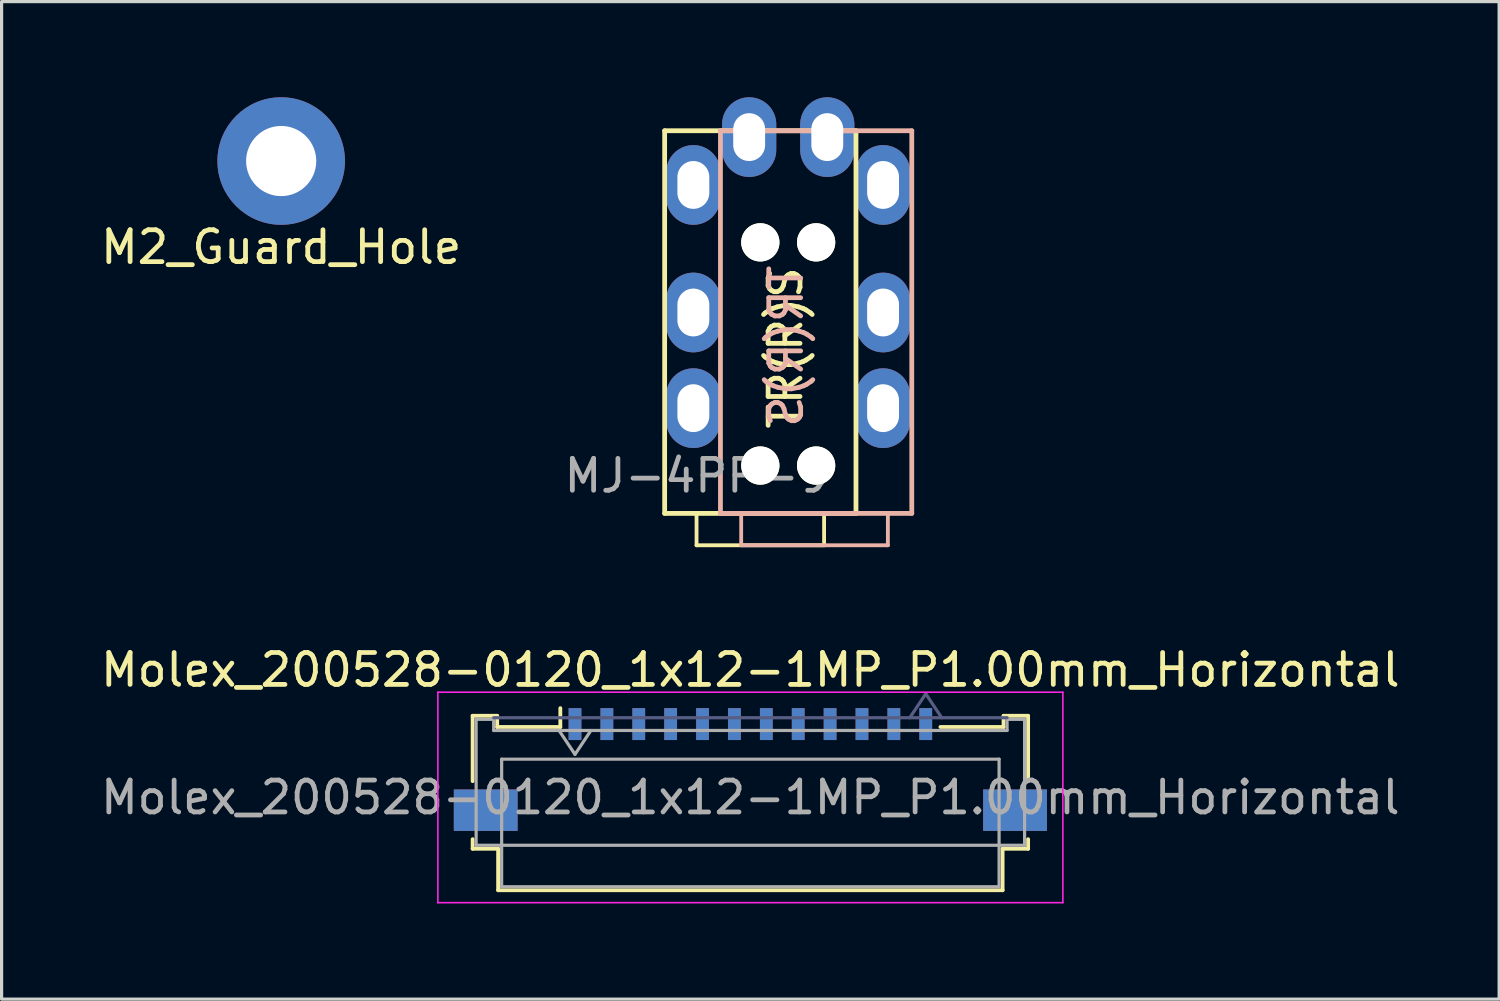
<source format=kicad_pcb>
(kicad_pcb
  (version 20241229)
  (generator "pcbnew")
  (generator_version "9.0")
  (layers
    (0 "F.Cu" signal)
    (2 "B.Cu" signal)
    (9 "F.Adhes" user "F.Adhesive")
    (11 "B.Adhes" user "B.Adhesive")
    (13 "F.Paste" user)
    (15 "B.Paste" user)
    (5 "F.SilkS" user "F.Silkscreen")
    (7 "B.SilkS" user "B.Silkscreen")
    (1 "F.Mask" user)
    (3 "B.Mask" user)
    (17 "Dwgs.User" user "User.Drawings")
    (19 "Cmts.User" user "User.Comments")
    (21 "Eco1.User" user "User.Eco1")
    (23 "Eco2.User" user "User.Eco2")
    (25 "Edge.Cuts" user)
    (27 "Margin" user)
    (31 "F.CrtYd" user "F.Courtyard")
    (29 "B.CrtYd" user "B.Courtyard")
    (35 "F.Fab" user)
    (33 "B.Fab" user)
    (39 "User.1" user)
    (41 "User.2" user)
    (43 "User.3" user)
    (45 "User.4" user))
  (footprint "M2_Guard_Hole"
    (layer "F.Cu")
    (at 5.768 2)
    (property "Reference" "M2_Guard_Hole" (at 0 2.7 0) (layer "F.SilkS") (effects (font (size 1 1) (thickness 0.15))))
    (attr through_hole)
    (pad "" thru_hole circle (at 0 0) (size 4 4) (drill 2.2) (layers "*.Cu" "*.Mask")))
  (footprint "MJ-4PP-9"
    (layer "F.Cu")
    (at 20.794 1.05)
    (property "Reference" "MJ-4PP-9" (at -1.99 10.82 180) (layer "F.Fab") (effects (font (size 1 1) (thickness 0.15))))
    (attr through_hole)
    (fp_line (start -3 0) (end 3 0) (stroke (width 0.15) (type solid)) (layer "F.SilkS"))
    (fp_line (start -3 12) (end -3 0) (stroke (width 0.15) (type solid)) (layer "F.SilkS"))
    (fp_line (start -2 12) (end -2 13) (stroke (width 0.12) (type solid)) (layer "F.SilkS"))
    (fp_line (start -2 13) (end 2 13) (stroke (width 0.12) (type solid)) (layer "F.SilkS"))
    (fp_line (start 2 13) (end 2 12.1) (stroke (width 0.12) (type solid)) (layer "F.SilkS"))
    (fp_line (start 3 0) (end 3 12) (stroke (width 0.15) (type solid)) (layer "F.SilkS"))
    (fp_line (start 3 12) (end -3 12) (stroke (width 0.15) (type solid)) (layer "F.SilkS"))
    (fp_line (start -1.25 0) (end 4.75 0) (stroke (width 0.15) (type solid)) (layer "B.SilkS"))
    (fp_line (start -1.25 12) (end -1.25 0) (stroke (width 0.15) (type solid)) (layer "B.SilkS"))
    (fp_line (start -0.6 13) (end -0.6 12) (stroke (width 0.12) (type solid)) (layer "B.SilkS"))
    (fp_line (start 4 12) (end 4 13) (stroke (width 0.12) (type solid)) (layer "B.SilkS"))
    (fp_line (start 4 13) (end -0.6 13) (stroke (width 0.12) (type solid)) (layer "B.SilkS"))
    (fp_line (start 4.75 0) (end 4.75 12) (stroke (width 0.15) (type solid)) (layer "B.SilkS"))
    (fp_line (start 4.75 12) (end -1.25 12) (stroke (width 0.15) (type solid)) (layer "B.SilkS"))
    (fp_text user "TR(R)S" (at 0.79 6.81 270) (layer "F.SilkS") (effects (font (size 1 1) (thickness 0.15))))
    (fp_text user "TR(R)S" (at 0.81 6.76 270) (layer "B.SilkS") (effects (font (size 1 1) (thickness 0.15)) (justify mirror)))
    (pad "" np_thru_hole circle (at 0 3.5 180) (size 1.2 1.2) (drill 1.2) (layers "*.Cu" "*.Mask" "F.SilkS"))
    (pad "" np_thru_hole circle (at 0 10.5 180) (size 1.2 1.2) (drill 1.2) (layers "*.Cu" "*.Mask" "F.SilkS"))
    (pad "" np_thru_hole circle (at 1.75 3.5 180) (size 1.2 1.2) (drill 1.2) (layers "*.Cu" "*.Mask" "F.SilkS"))
    (pad "" np_thru_hole circle (at 1.75 10.5 180) (size 1.2 1.2) (drill 1.2) (layers "*.Cu" "*.Mask" "F.SilkS"))
    (pad "R1" thru_hole oval (at -2.1 5.7 180) (size 1.7 2.5) (drill oval 1 1.5) (layers "*.Cu" "B.Mask"))
    (pad "R1" thru_hole oval (at 3.85 5.7 180) (size 1.7 2.5) (drill oval 1 1.5) (layers "*.Cu" "F.Mask"))
    (pad "R2" thru_hole oval (at -2.1 8.7 180) (size 1.7 2.5) (drill oval 1 1.5) (layers "*.Cu" "B.Mask"))
    (pad "R2" thru_hole oval (at 3.85 8.7 180) (size 1.7 2.5) (drill oval 1 1.5) (layers "*.Cu" "F.Mask"))
    (pad "S" thru_hole oval (at -0.35 0.2 180) (size 1.7 2.5) (drill oval 1 1.5) (layers "*.Cu" "F.Mask"))
    (pad "S" thru_hole oval (at 2.1 0.2 180) (size 1.7 2.5) (drill oval 1 1.5) (layers "*.Cu" "B.Mask"))
    (pad "T" thru_hole oval (at -2.1 1.7 180) (size 1.7 2.5) (drill oval 1 1.5) (layers "*.Cu" "B.Mask"))
    (pad "T" thru_hole oval (at 3.85 1.7 180) (size 1.7 2.5) (drill oval 1 1.5) (layers "*.Cu" "F.Mask")))
  (footprint "Molex_200528-0120_1x12-1MP_P1.00mm_Horizontal"
    (layer "F.Cu")
    (at 20.482 20.568)
    (property "Reference" "Molex_200528-0120_1x12-1MP_P1.00mm_Horizontal" (at 0 -2.61 0) (layer "F.SilkS") (effects (font (size 1 1) (thickness 0.15))))
    (attr smd)
    (fp_line (start -8.71 -1.17) (end -8.71 0.88) (stroke (width 0.12) (type solid)) (layer "F.SilkS"))
    (fp_line (start -8.71 2.7) (end -8.71 3) (stroke (width 0.12) (type solid)) (layer "F.SilkS"))
    (fp_line (start -8.71 3) (end -7.91 3) (stroke (width 0.12) (type solid)) (layer "F.SilkS"))
    (fp_line (start -7.94 -1.17) (end -8.71 -1.17) (stroke (width 0.12) (type solid)) (layer "F.SilkS"))
    (fp_line (start -7.94 -0.82) (end -7.94 -1.17) (stroke (width 0.12) (type solid)) (layer "F.SilkS"))
    (fp_line (start -7.91 3) (end -7.91 4.3) (stroke (width 0.12) (type solid)) (layer "F.SilkS"))
    (fp_line (start -7.91 4.3) (end 7.91 4.3) (stroke (width 0.12) (type solid)) (layer "F.SilkS"))
    (fp_line (start -5.96 -1.41) (end -5.96 -0.82) (stroke (width 0.12) (type solid)) (layer "F.SilkS"))
    (fp_line (start -5.96 -0.82) (end -7.94 -0.82) (stroke (width 0.12) (type solid)) (layer "F.SilkS"))
    (fp_line (start 7.91 3) (end 8.71 3) (stroke (width 0.12) (type solid)) (layer "F.SilkS"))
    (fp_line (start 7.91 4.3) (end 7.91 3) (stroke (width 0.12) (type solid)) (layer "F.SilkS"))
    (fp_line (start 7.94 -1.17) (end 7.94 -0.82) (stroke (width 0.12) (type solid)) (layer "F.SilkS"))
    (fp_line (start 7.94 -0.82) (end 5.96 -0.82) (stroke (width 0.12) (type solid)) (layer "F.SilkS"))
    (fp_line (start 8.71 -1.17) (end 7.94 -1.17) (stroke (width 0.12) (type solid)) (layer "F.SilkS"))
    (fp_line (start 8.71 0.88) (end 8.71 -1.17) (stroke (width 0.12) (type solid)) (layer "F.SilkS"))
    (fp_line (start 8.71 3) (end 8.71 2.7) (stroke (width 0.12) (type solid)) (layer "F.SilkS"))
    (fp_line (start -9.8 -1.91) (end -9.8 4.69) (stroke (width 0.05) (type solid)) (layer "F.CrtYd"))
    (fp_line (start -9.8 4.69) (end 9.8 4.69) (stroke (width 0.05) (type solid)) (layer "F.CrtYd"))
    (fp_line (start 9.8 -1.91) (end -9.8 -1.91) (stroke (width 0.05) (type solid)) (layer "F.CrtYd"))
    (fp_line (start 9.8 4.69) (end 9.8 -1.91) (stroke (width 0.05) (type solid)) (layer "F.CrtYd"))
    (fp_line (start -8.05 -1.11) (end 8.05 -1.11) (stroke (width 0.1) (type solid)) (layer "B.Fab"))
    (fp_line (start 5.5 -1.86) (end 5 -1.11) (stroke (width 0.1) (type solid)) (layer "B.Fab"))
    (fp_line (start 6 -1.11) (end 5.5 -1.86) (stroke (width 0.1) (type solid)) (layer "B.Fab"))
    (fp_line (start -8.6 -1.06) (end -8.6 2.89) (stroke (width 0.1) (type solid)) (layer "F.Fab"))
    (fp_line (start -8.6 2.89) (end 8.6 2.89) (stroke (width 0.1) (type solid)) (layer "F.Fab"))
    (fp_line (start -8.05 -1.06) (end -8.6 -1.06) (stroke (width 0.1) (type solid)) (layer "F.Fab"))
    (fp_line (start -8.05 -0.71) (end -8.05 -1.06) (stroke (width 0.1) (type solid)) (layer "F.Fab"))
    (fp_line (start -7.8 0.19) (end -7.8 4.19) (stroke (width 0.1) (type solid)) (layer "F.Fab"))
    (fp_line (start -7.8 4.19) (end 7.8 4.19) (stroke (width 0.1) (type solid)) (layer "F.Fab"))
    (fp_line (start -6 -0.71) (end -5.5 0.04) (stroke (width 0.1) (type solid)) (layer "F.Fab"))
    (fp_line (start -5.5 0.04) (end -5 -0.71) (stroke (width 0.1) (type solid)) (layer "F.Fab"))
    (fp_line (start 7.8 0.19) (end -7.8 0.19) (stroke (width 0.1) (type solid)) (layer "F.Fab"))
    (fp_line (start 7.8 4.19) (end 7.8 0.19) (stroke (width 0.1) (type solid)) (layer "F.Fab"))
    (fp_line (start 8.05 -1.06) (end 8.05 -0.71) (stroke (width 0.1) (type solid)) (layer "F.Fab"))
    (fp_line (start 8.05 -0.71) (end -8.05 -0.71) (stroke (width 0.1) (type solid)) (layer "F.Fab"))
    (fp_line (start 8.6 -1.06) (end 8.05 -1.06) (stroke (width 0.1) (type solid)) (layer "F.Fab"))
    (fp_line (start 8.6 2.89) (end 8.6 -1.06) (stroke (width 0.1) (type solid)) (layer "F.Fab"))
    (fp_text user "${REFERENCE}" (at 0 1.39 0) (layer "F.Fab") (effects (font (size 1 1) (thickness 0.15))))
    (pad "1" smd rect (at -5.5 -0.91) (size 0.4 1) (layers "F.Cu" "F.Mask" "F.Paste"))
    (pad "1" smd rect (at 5.5 -0.91 180) (size 0.4 1) (layers "B.Cu" "B.Mask" "B.Paste"))
    (pad "2" smd rect (at -4.5 -0.91) (size 0.4 1) (layers "F.Cu" "F.Mask" "F.Paste"))
    (pad "2" smd rect (at 4.5 -0.91 180) (size 0.4 1) (layers "B.Cu" "B.Mask" "B.Paste"))
    (pad "3" smd rect (at -3.5 -0.91) (size 0.4 1) (layers "F.Cu" "F.Mask" "F.Paste"))
    (pad "3" smd rect (at 3.5 -0.91 180) (size 0.4 1) (layers "B.Cu" "B.Mask" "B.Paste"))
    (pad "4" smd rect (at -2.5 -0.91) (size 0.4 1) (layers "F.Cu" "F.Mask" "F.Paste"))
    (pad "4" smd rect (at 2.5 -0.91 180) (size 0.4 1) (layers "B.Cu" "B.Mask" "B.Paste"))
    (pad "5" smd rect (at -1.5 -0.91) (size 0.4 1) (layers "F.Cu" "F.Mask" "F.Paste"))
    (pad "5" smd rect (at 1.5 -0.91 180) (size 0.4 1) (layers "B.Cu" "B.Mask" "B.Paste"))
    (pad "6" smd rect (at -0.5 -0.91) (size 0.4 1) (layers "F.Cu" "F.Mask" "F.Paste"))
    (pad "6" smd rect (at 0.5 -0.91 180) (size 0.4 1) (layers "B.Cu" "B.Mask" "B.Paste"))
    (pad "7" smd rect (at -0.5 -0.91 180) (size 0.4 1) (layers "B.Cu" "B.Mask" "B.Paste"))
    (pad "7" smd rect (at 0.5 -0.91) (size 0.4 1) (layers "F.Cu" "F.Mask" "F.Paste"))
    (pad "8" smd rect (at -1.5 -0.91 180) (size 0.4 1) (layers "B.Cu" "B.Mask" "B.Paste"))
    (pad "8" smd rect (at 1.5 -0.91) (size 0.4 1) (layers "F.Cu" "F.Mask" "F.Paste"))
    (pad "9" smd rect (at -2.5 -0.91 180) (size 0.4 1) (layers "B.Cu" "B.Mask" "B.Paste"))
    (pad "9" smd rect (at 2.5 -0.91) (size 0.4 1) (layers "F.Cu" "F.Mask" "F.Paste"))
    (pad "10" smd rect (at -3.5 -0.91 180) (size 0.4 1) (layers "B.Cu" "B.Mask" "B.Paste"))
    (pad "10" smd rect (at 3.5 -0.91) (size 0.4 1) (layers "F.Cu" "F.Mask" "F.Paste"))
    (pad "11" smd rect (at -4.5 -0.91 180) (size 0.4 1) (layers "B.Cu" "B.Mask" "B.Paste"))
    (pad "11" smd rect (at 4.5 -0.91) (size 0.4 1) (layers "F.Cu" "F.Mask" "F.Paste"))
    (pad "12" smd rect (at -5.5 -0.91 180) (size 0.4 1) (layers "B.Cu" "B.Mask" "B.Paste"))
    (pad "12" smd rect (at 5.5 -0.91) (size 0.4 1) (layers "F.Cu" "F.Mask" "F.Paste"))
    (pad "MP" smd rect (at -8.3 1.79) (size 2 1.3) (layers "F.Cu" "F.Mask" "F.Paste"))
    (pad "MP" smd rect (at -8.3 1.79) (size 2 1.3) (layers "B.Cu" "B.Mask" "B.Paste"))
    (pad "MP" smd rect (at 8.3 1.79) (size 2 1.3) (layers "F.Cu" "F.Mask" "F.Paste"))
    (pad "MP" smd rect (at 8.3 1.79) (size 2 1.3) (layers "B.Cu" "B.Mask" "B.Paste")))
  (gr_rect
    (start -3 -3)
    (end 43.964 28.283)
    (stroke (width 0.1) (type default))
    (fill no)
    (layer "Edge.Cuts")))
</source>
